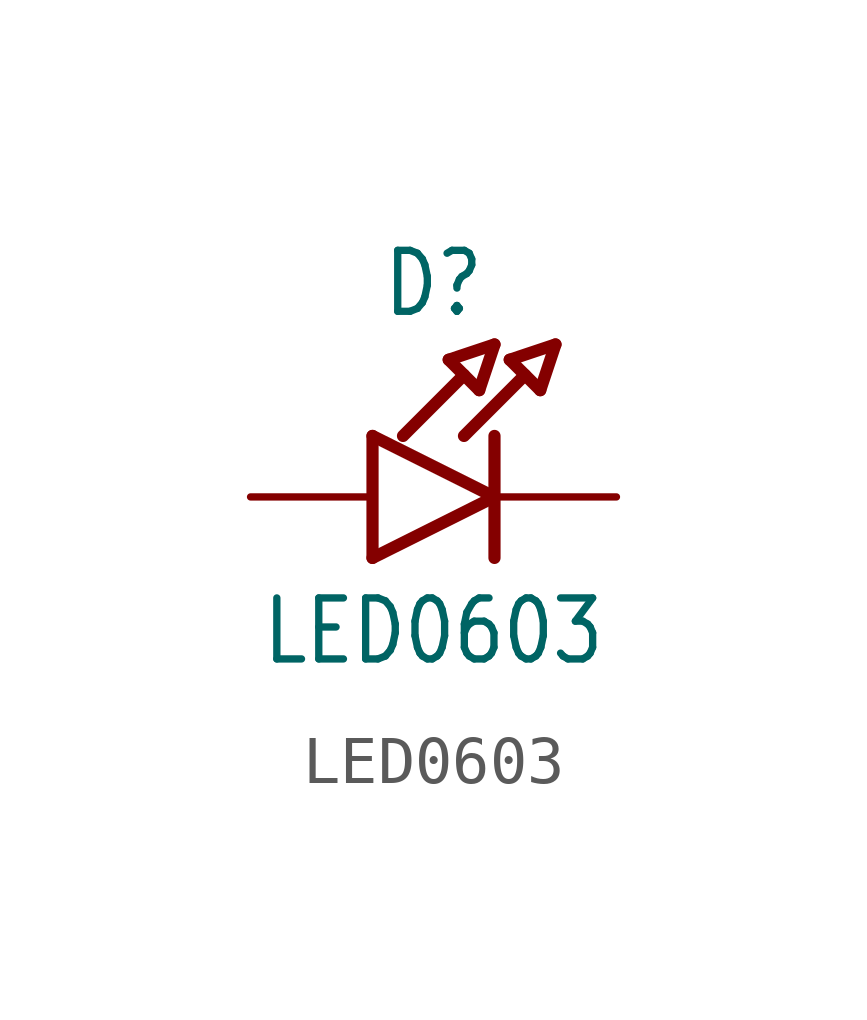
<source format=kicad_sym>
(kicad_symbol_lib
  (version 20201005)
  (generator kicad_symbol_editor)
  (symbol "LED0603"
    (property "Reference" "D"
      (at -1.27 4.445 0)
      (effects (font (size 1.27 1.079))))
    (property "Value" "LED0603"
      (at -1.27 -2.794 0)
      (effects (font (size 1.27 1.079))))
    (property "ki_locked" ""
      (at 0 0 0)
      (effects (font (size 1.27 1.27))))
    (symbol "LED0603_1_0"
      (polyline (pts (xy -2.54 -1.27) (xy 0 0)) (stroke (width 0.254)) (fill (type none)))
      (polyline (pts (xy -2.54 1.27) (xy -2.54 -1.27)) (stroke (width 0.254)) (fill (type none)))
      (polyline (pts (xy -1.905 1.27) (xy -0.635 2.54)) (stroke (width 0.254)) (fill (type none)))
      (polyline (pts (xy -0.953 2.857) (xy -0.318 2.223)) (stroke (width 0.254)) (fill (type none)))
      (polyline (pts (xy -0.635 1.27) (xy 0.635 2.54)) (stroke (width 0.254)) (fill (type none)))
      (polyline (pts (xy -0.318 2.223) (xy 0 3.175)) (stroke (width 0.254)) (fill (type none)))
      (polyline (pts (xy 0 0) (xy -2.54 1.27)) (stroke (width 0.254)) (fill (type none)))
      (polyline (pts (xy 0 0) (xy 0 -1.27)) (stroke (width 0.254)) (fill (type none)))
      (polyline (pts (xy 0 1.27) (xy 0 0)) (stroke (width 0.254)) (fill (type none)))
      (polyline (pts (xy 0 3.175) (xy -0.953 2.857)) (stroke (width 0.254)) (fill (type none)))
      (polyline (pts (xy 0.318 2.857) (xy 0.953 2.223)) (stroke (width 0.254)) (fill (type none)))
      (polyline (pts (xy 0.953 2.223) (xy 1.27 3.175)) (stroke (width 0.254)) (fill (type none)))
      (polyline (pts (xy 1.27 3.175) (xy 0.318 2.857)) (stroke (width 0.254)) (fill (type none)))
      (pin passive line (at -5.08 0 0) (length 2.54) (name "A" (effects (font (size 0 0)))) (number "A" (effects (font (size 0 0)))))
      (pin passive line (at 2.54 0 180) (length 2.54) (name "C" (effects (font (size 0 0)))) (number "C" (effects (font (size 0 0))))))))
</source>
